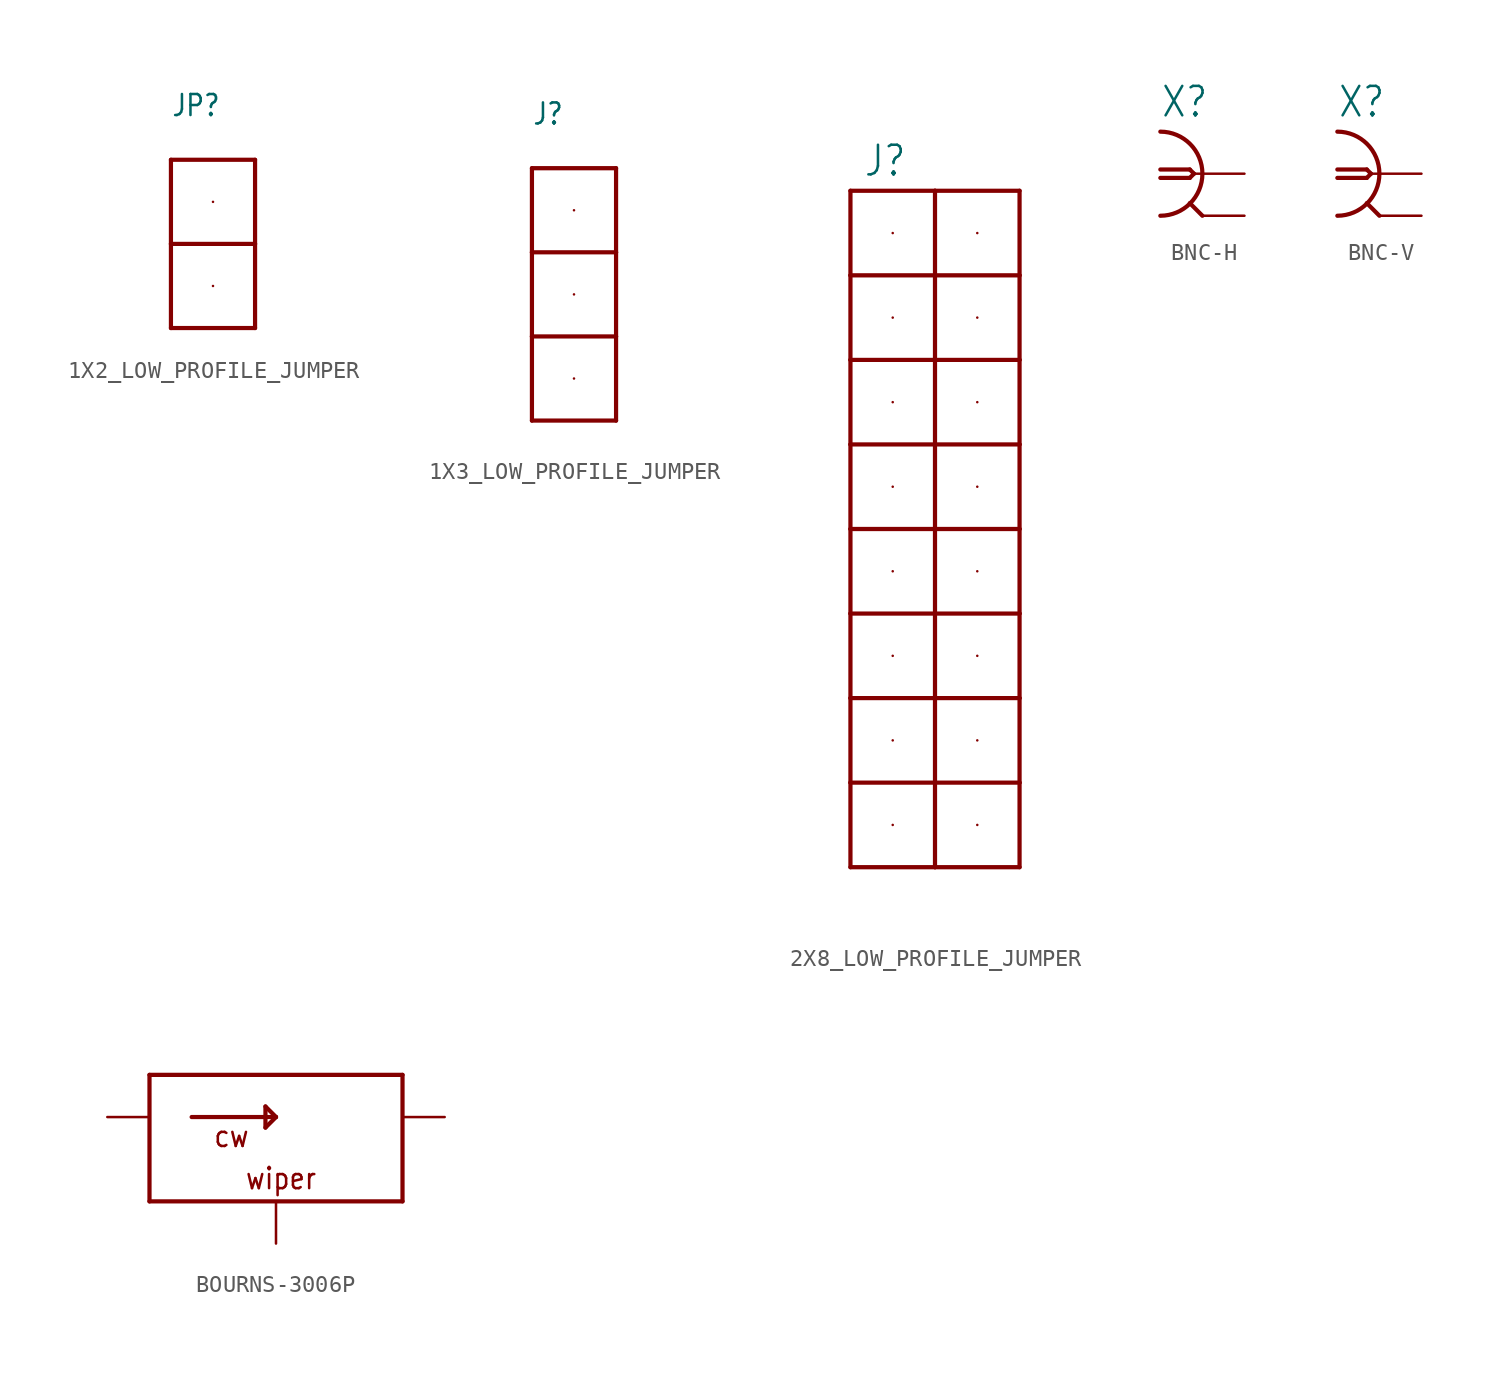
<source format=kicad_sym>
(kicad_symbol_lib
  (version 20231120)
  (generator "kicad_symbol_editor")
  (generator_version "8.0")
  (symbol "1X2_LOW_PROFILE_JUMPER"
    (property "Reference" "JP"
      (at -2.54 7.62 0)
      (effects (font (size 1.27 1.079)) (justify left bottom)))
    (property "ki_locked" ""
      (at 0 0 0)
      (effects (font (size 1.27 1.27))))
    (symbol "1X2_LOW_PROFILE_JUMPER_1_0"
      (polyline (pts (xy -2.54 -5.08) (xy 2.54 -5.08)) (stroke (width 0.254) (type solid)) (fill (type none)))
      (polyline (pts (xy -2.54 0) (xy -2.54 -5.08)) (stroke (width 0.254) (type solid)) (fill (type none)))
      (polyline (pts (xy -2.54 0) (xy 2.54 0)) (stroke (width 0.254) (type solid)) (fill (type none)))
      (polyline (pts (xy -2.54 5.08) (xy -2.54 0)) (stroke (width 0.254) (type solid)) (fill (type none)))
      (polyline (pts (xy 2.54 -5.08) (xy 2.54 0)) (stroke (width 0.254) (type solid)) (fill (type none)))
      (polyline (pts (xy 2.54 0) (xy 2.54 5.08)) (stroke (width 0.254) (type solid)) (fill (type none)))
      (polyline (pts (xy 2.54 5.08) (xy -2.54 5.08)) (stroke (width 0.254) (type solid)) (fill (type none)))
      (pin bidirectional line (at 0 2.54 0) (length 0) (name "P$1" (effects (font (size 0 0)))) (number "1" (effects (font (size 0 0)))))
      (pin bidirectional line (at 0 -2.54 0) (length 0) (name "P$2" (effects (font (size 0 0)))) (number "2" (effects (font (size 0 0)))))))
  (symbol "1X3_LOW_PROFILE_JUMPER"
    (property "Reference" "J"
      (at -2.54 10.16 0)
      (effects (font (size 1.27 1.079)) (justify left bottom)))
    (property "ki_locked" ""
      (at 0 0 0)
      (effects (font (size 1.27 1.27))))
    (symbol "1X3_LOW_PROFILE_JUMPER_1_0"
      (polyline (pts (xy -2.54 -7.62) (xy 2.54 -7.62)) (stroke (width 0.254) (type solid)) (fill (type none)))
      (polyline (pts (xy -2.54 -2.54) (xy -2.54 -7.62)) (stroke (width 0.254) (type solid)) (fill (type none)))
      (polyline (pts (xy -2.54 -2.54) (xy 2.54 -2.54)) (stroke (width 0.254) (type solid)) (fill (type none)))
      (polyline (pts (xy -2.54 2.54) (xy -2.54 -2.54)) (stroke (width 0.254) (type solid)) (fill (type none)))
      (polyline (pts (xy -2.54 2.54) (xy 2.54 2.54)) (stroke (width 0.254) (type solid)) (fill (type none)))
      (polyline (pts (xy -2.54 7.62) (xy -2.54 2.54)) (stroke (width 0.254) (type solid)) (fill (type none)))
      (polyline (pts (xy 2.54 -7.62) (xy 2.54 -2.54)) (stroke (width 0.254) (type solid)) (fill (type none)))
      (polyline (pts (xy 2.54 -2.54) (xy 2.54 2.54)) (stroke (width 0.254) (type solid)) (fill (type none)))
      (polyline (pts (xy 2.54 2.54) (xy 2.54 7.62)) (stroke (width 0.254) (type solid)) (fill (type none)))
      (polyline (pts (xy 2.54 7.62) (xy -2.54 7.62)) (stroke (width 0.254) (type solid)) (fill (type none)))
      (pin bidirectional line (at 0 5.08 0) (length 0) (name "P$1" (effects (font (size 0 0)))) (number "P1" (effects (font (size 0 0)))))
      (pin bidirectional line (at 0 0 0) (length 0) (name "P$2" (effects (font (size 0 0)))) (number "P2" (effects (font (size 0 0)))))
      (pin bidirectional line (at 0 -5.08 0) (length 0) (name "P$3" (effects (font (size 0 0)))) (number "P3" (effects (font (size 0 0)))))))
  (symbol "2X8_LOW_PROFILE_JUMPER"
    (property "Reference" "J"
      (at -4.318 21.082 0)
      (effects (font (size 1.778 1.511)) (justify left bottom)))
    (property "ki_locked" ""
      (at 0 0 0)
      (effects (font (size 1.27 1.27))))
    (symbol "2X8_LOW_PROFILE_JUMPER_1_0"
      (polyline (pts (xy -5.08 -20.32) (xy -5.08 -15.24)) (stroke (width 0.254) (type solid)) (fill (type none)))
      (polyline (pts (xy -5.08 -15.24) (xy -5.08 -10.16)) (stroke (width 0.254) (type solid)) (fill (type none)))
      (polyline (pts (xy -5.08 -15.24) (xy 5.08 -15.24)) (stroke (width 0.254) (type solid)) (fill (type none)))
      (polyline (pts (xy -5.08 -10.16) (xy -5.08 -5.08)) (stroke (width 0.254) (type solid)) (fill (type none)))
      (polyline (pts (xy -5.08 -10.16) (xy 5.08 -10.16)) (stroke (width 0.254) (type solid)) (fill (type none)))
      (polyline (pts (xy -5.08 -5.08) (xy -5.08 0)) (stroke (width 0.254) (type solid)) (fill (type none)))
      (polyline (pts (xy -5.08 -5.08) (xy 5.08 -5.08)) (stroke (width 0.254) (type solid)) (fill (type none)))
      (polyline (pts (xy -5.08 0) (xy -5.08 5.08)) (stroke (width 0.254) (type solid)) (fill (type none)))
      (polyline (pts (xy -5.08 0) (xy 5.08 0)) (stroke (width 0.254) (type solid)) (fill (type none)))
      (polyline (pts (xy -5.08 5.08) (xy -5.08 10.16)) (stroke (width 0.254) (type solid)) (fill (type none)))
      (polyline (pts (xy -5.08 5.08) (xy 5.08 5.08)) (stroke (width 0.254) (type solid)) (fill (type none)))
      (polyline (pts (xy -5.08 10.16) (xy -5.08 15.24)) (stroke (width 0.254) (type solid)) (fill (type none)))
      (polyline (pts (xy -5.08 10.16) (xy 5.08 10.16)) (stroke (width 0.254) (type solid)) (fill (type none)))
      (polyline (pts (xy -5.08 15.24) (xy -5.08 20.32)) (stroke (width 0.254) (type solid)) (fill (type none)))
      (polyline (pts (xy -5.08 15.24) (xy 5.08 15.24)) (stroke (width 0.254) (type solid)) (fill (type none)))
      (polyline (pts (xy -5.08 20.32) (xy 0 20.32)) (stroke (width 0.254) (type solid)) (fill (type none)))
      (polyline (pts (xy 0 -20.32) (xy -5.08 -20.32)) (stroke (width 0.254) (type solid)) (fill (type none)))
      (polyline (pts (xy 0 20.32) (xy 0 -20.32)) (stroke (width 0.254) (type solid)) (fill (type none)))
      (polyline (pts (xy 0 20.32) (xy 5.08 20.32)) (stroke (width 0.254) (type solid)) (fill (type none)))
      (polyline (pts (xy 5.08 -20.32) (xy 0 -20.32)) (stroke (width 0.254) (type solid)) (fill (type none)))
      (polyline (pts (xy 5.08 -15.24) (xy 5.08 -20.32)) (stroke (width 0.254) (type solid)) (fill (type none)))
      (polyline (pts (xy 5.08 -10.16) (xy 5.08 -15.24)) (stroke (width 0.254) (type solid)) (fill (type none)))
      (polyline (pts (xy 5.08 -5.08) (xy 5.08 -10.16)) (stroke (width 0.254) (type solid)) (fill (type none)))
      (polyline (pts (xy 5.08 0) (xy 5.08 -5.08)) (stroke (width 0.254) (type solid)) (fill (type none)))
      (polyline (pts (xy 5.08 5.08) (xy 5.08 0)) (stroke (width 0.254) (type solid)) (fill (type none)))
      (polyline (pts (xy 5.08 10.16) (xy 5.08 5.08)) (stroke (width 0.254) (type solid)) (fill (type none)))
      (polyline (pts (xy 5.08 15.24) (xy 5.08 10.16)) (stroke (width 0.254) (type solid)) (fill (type none)))
      (polyline (pts (xy 5.08 20.32) (xy 5.08 15.24)) (stroke (width 0.254) (type solid)) (fill (type none)))
      (pin bidirectional line (at -2.54 17.78 270) (length 0) (name "P$1" (effects (font (size 0 0)))) (number "P$1" (effects (font (size 0 0)))))
      (pin bidirectional line (at 2.54 -2.54 270) (length 0) (name "P$10" (effects (font (size 0 0)))) (number "P$10" (effects (font (size 0 0)))))
      (pin bidirectional line (at -2.54 -7.62 270) (length 0) (name "P$11" (effects (font (size 0 0)))) (number "P$11" (effects (font (size 0 0)))))
      (pin bidirectional line (at 2.54 -7.62 270) (length 0) (name "P$12" (effects (font (size 0 0)))) (number "P$12" (effects (font (size 0 0)))))
      (pin bidirectional line (at -2.54 -12.7 270) (length 0) (name "P$13" (effects (font (size 0 0)))) (number "P$13" (effects (font (size 0 0)))))
      (pin bidirectional line (at 2.54 -12.7 270) (length 0) (name "P$14" (effects (font (size 0 0)))) (number "P$14" (effects (font (size 0 0)))))
      (pin bidirectional line (at -2.54 -17.78 270) (length 0) (name "P$15" (effects (font (size 0 0)))) (number "P$15" (effects (font (size 0 0)))))
      (pin bidirectional line (at 2.54 -17.78 270) (length 0) (name "P$16" (effects (font (size 0 0)))) (number "P$16" (effects (font (size 0 0)))))
      (pin bidirectional line (at 2.54 17.78 270) (length 0) (name "P$2" (effects (font (size 0 0)))) (number "P$2" (effects (font (size 0 0)))))
      (pin bidirectional line (at -2.54 12.7 270) (length 0) (name "P$3" (effects (font (size 0 0)))) (number "P$3" (effects (font (size 0 0)))))
      (pin bidirectional line (at 2.54 12.7 270) (length 0) (name "P$4" (effects (font (size 0 0)))) (number "P$4" (effects (font (size 0 0)))))
      (pin bidirectional line (at -2.54 7.62 270) (length 0) (name "P$5" (effects (font (size 0 0)))) (number "P$5" (effects (font (size 0 0)))))
      (pin bidirectional line (at 2.54 7.62 270) (length 0) (name "P$6" (effects (font (size 0 0)))) (number "P$6" (effects (font (size 0 0)))))
      (pin bidirectional line (at -2.54 2.54 270) (length 0) (name "P$7" (effects (font (size 0 0)))) (number "P$7" (effects (font (size 0 0)))))
      (pin bidirectional line (at 2.54 2.54 270) (length 0) (name "P$8" (effects (font (size 0 0)))) (number "P$8" (effects (font (size 0 0)))))
      (pin bidirectional line (at -2.54 -2.54 270) (length 0) (name "P$9" (effects (font (size 0 0)))) (number "P$9" (effects (font (size 0 0)))))))
  (symbol "BNC-H"
    (property "Reference" "X"
      (at -2.54 3.302 0)
      (effects (font (size 1.778 1.511)) (justify left bottom)))
    (property "ki_locked" ""
      (at 0 0 0)
      (effects (font (size 1.27 1.27))))
    (symbol "BNC-H_1_0"
      (arc (start -2.54 -2.54) (mid 0 0) (end -2.54 2.54) (stroke (width 0.254) (type solid)) (fill (type none)))
      (polyline (pts (xy -2.54 0.254) (xy -0.762 0.254)) (stroke (width 0.254) (type solid)) (fill (type none)))
      (polyline (pts (xy -0.762 -0.254) (xy -2.54 -0.254)) (stroke (width 0.254) (type solid)) (fill (type none)))
      (polyline (pts (xy -0.762 0.254) (xy -0.508 0)) (stroke (width 0.254) (type solid)) (fill (type none)))
      (polyline (pts (xy -0.508 0) (xy -0.762 -0.254)) (stroke (width 0.254) (type solid)) (fill (type none)))
      (polyline (pts (xy 0 -2.54) (xy -0.762 -1.778)) (stroke (width 0.254) (type solid)) (fill (type none)))
      (polyline (pts (xy 0 0) (xy -0.508 0)) (stroke (width 0.152) (type solid)) (fill (type none)))
      (pin passive line (at 2.54 0 180) (length 2.54) (name "1" (effects (font (size 0 0)))) (number "1" (effects (font (size 0 0)))))
      (pin passive line (at 2.54 -2.54 180) (length 2.54) (name "2" (effects (font (size 0 0)))) (number "2" (effects (font (size 0 0)))))))
  (symbol "BNC-V"
    (property "Reference" "X"
      (at -2.54 3.302 0)
      (effects (font (size 1.778 1.511)) (justify left bottom)))
    (property "ki_locked" ""
      (at 0 0 0)
      (effects (font (size 1.27 1.27))))
    (symbol "BNC-V_1_0"
      (arc (start -2.54 -2.54) (mid 0 0) (end -2.54 2.54) (stroke (width 0.254) (type solid)) (fill (type none)))
      (polyline (pts (xy -2.54 0.254) (xy -0.762 0.254)) (stroke (width 0.254) (type solid)) (fill (type none)))
      (polyline (pts (xy -0.762 -0.254) (xy -2.54 -0.254)) (stroke (width 0.254) (type solid)) (fill (type none)))
      (polyline (pts (xy -0.762 0.254) (xy -0.508 0)) (stroke (width 0.254) (type solid)) (fill (type none)))
      (polyline (pts (xy -0.508 0) (xy -0.762 -0.254)) (stroke (width 0.254) (type solid)) (fill (type none)))
      (polyline (pts (xy 0 -2.54) (xy -0.762 -1.778)) (stroke (width 0.254) (type solid)) (fill (type none)))
      (polyline (pts (xy 0 0) (xy -0.508 0)) (stroke (width 0.152) (type solid)) (fill (type none)))
      (pin passive line (at 2.54 0 180) (length 2.54) (name "1" (effects (font (size 0 0)))) (number "1" (effects (font (size 0 0)))))
      (pin passive line (at 2.54 -2.54 180) (length 2.54) (name "2" (effects (font (size 0 0)))) (number "2" (effects (font (size 0 0)))))))
  (symbol "BOURNS-3006P"
    (property "Reference" "T"
      (at 0 0 0)
      (effects (font (size 1.27 1.27)) (hide yes)))
    (property "Value" ""
      (at -5.08 5.08 0)
      (effects (font (size 1.27 1.079)) (justify left bottom)))
    (property "ki_locked" ""
      (at 0 0 0)
      (effects (font (size 1.27 1.27))))
    (symbol "BOURNS-3006P_1_0"
      (polyline (pts (xy -7.62 -2.54) (xy 7.62 -2.54)) (stroke (width 0.254) (type solid)) (fill (type none)))
      (polyline (pts (xy -7.62 5.08) (xy -7.62 -2.54)) (stroke (width 0.254) (type solid)) (fill (type none)))
      (polyline (pts (xy -5.08 2.54) (xy 0 2.54)) (stroke (width 0.254) (type solid)) (fill (type none)))
      (polyline (pts (xy -0.635 1.905) (xy 0 2.54)) (stroke (width 0.254) (type solid)) (fill (type none)))
      (polyline (pts (xy -0.635 3.175) (xy -0.635 1.905)) (stroke (width 0.254) (type solid)) (fill (type none)))
      (polyline (pts (xy 0 2.54) (xy -0.635 3.175)) (stroke (width 0.254) (type solid)) (fill (type none)))
      (polyline (pts (xy 7.62 -2.54) (xy 7.62 5.08)) (stroke (width 0.254) (type solid)) (fill (type none)))
      (polyline (pts (xy 7.62 5.08) (xy -7.62 5.08)) (stroke (width 0.254) (type solid)) (fill (type none)))
      (text "cw" (at -3.81 0.635 0) (effects (font (size 1.27 1.079)) (justify left bottom)))
      (text "wiper" (at -1.905 -1.905 0) (effects (font (size 1.27 1.079)) (justify left bottom)))
      (pin bidirectional line (at -10.16 2.54 0) (length 2.54) (name "P$1" (effects (font (size 0 0)))) (number "P$1" (effects (font (size 0 0)))))
      (pin bidirectional line (at 0 -5.08 90) (length 2.54) (name "P$2" (effects (font (size 0 0)))) (number "P$2" (effects (font (size 0 0)))))
      (pin bidirectional line (at 10.16 2.54 180) (length 2.54) (name "P$3" (effects (font (size 0 0)))) (number "P$3" (effects (font (size 0 0))))))))
</source>
